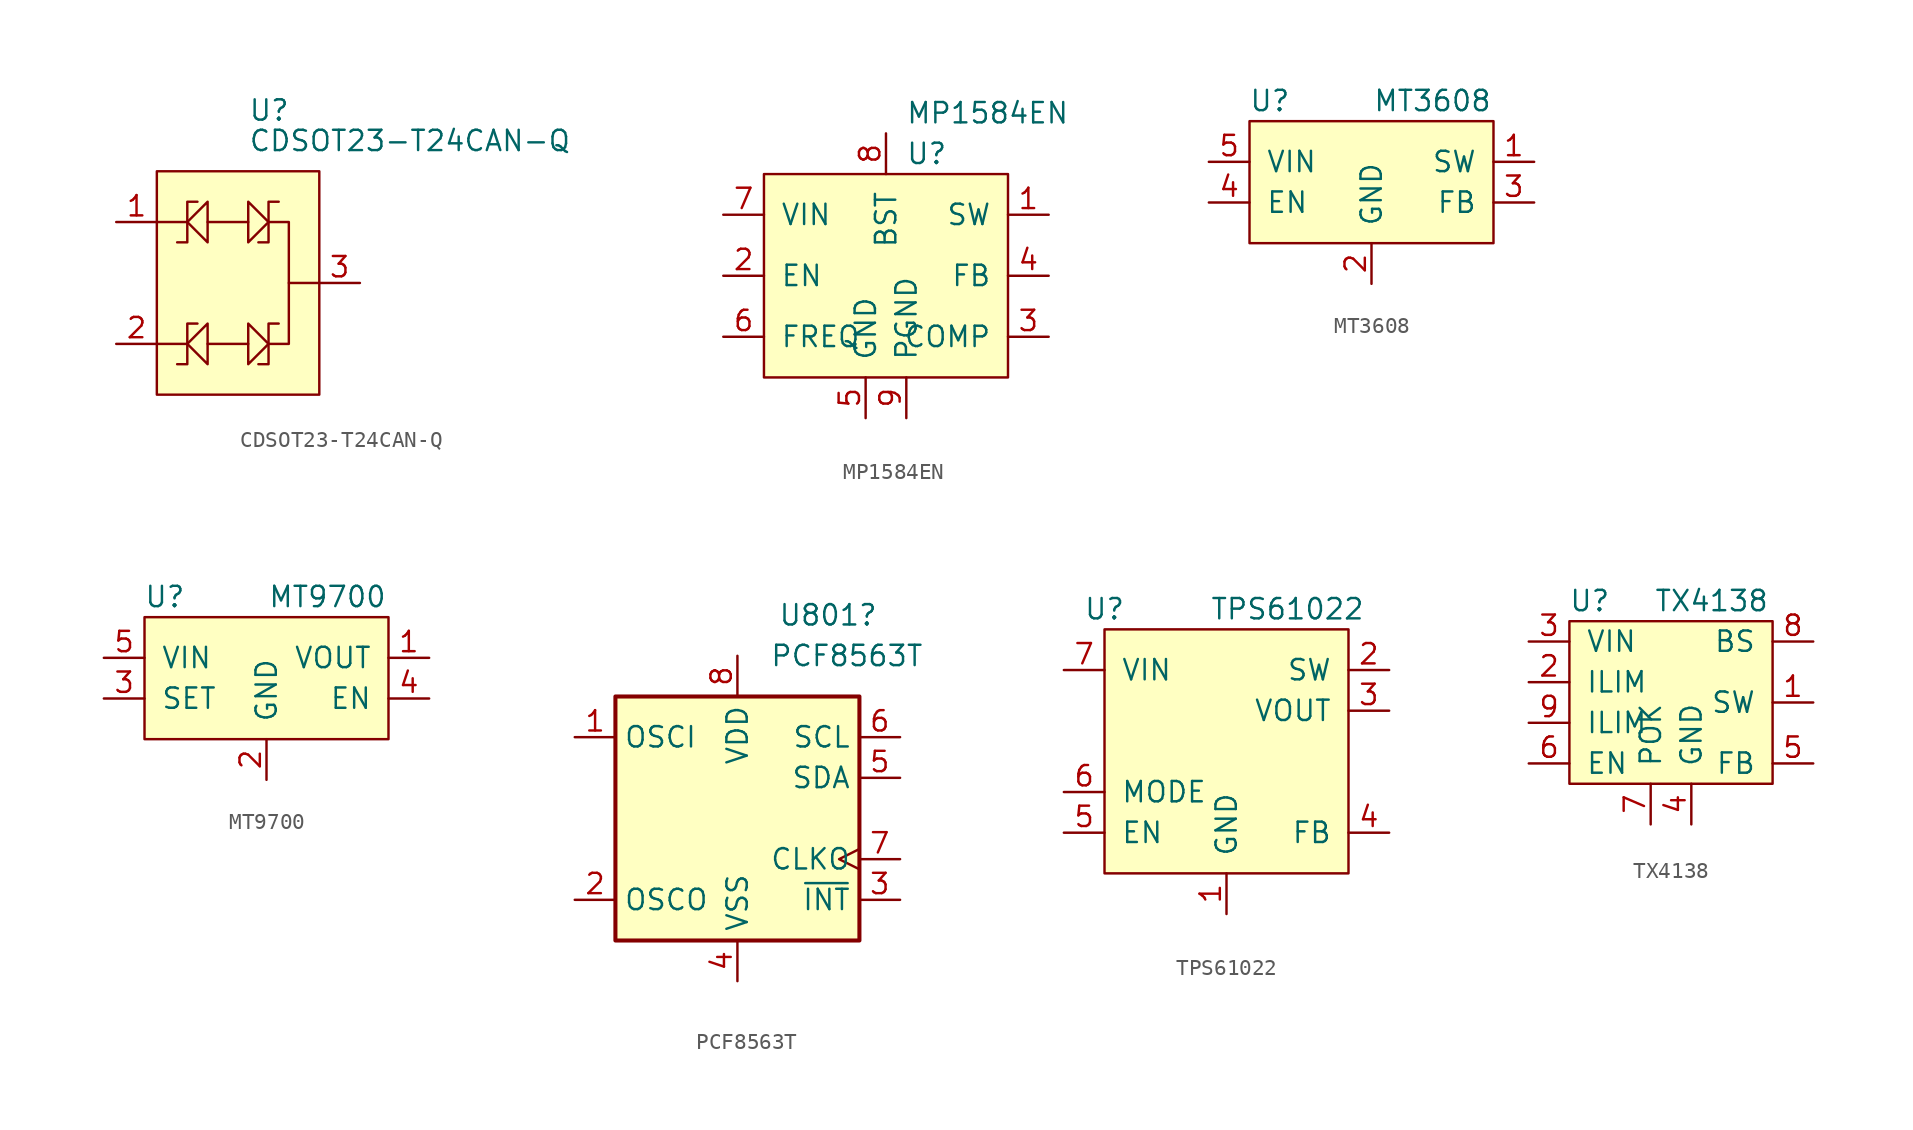
<source format=kicad_sym>
(kicad_symbol_lib
  (version 20211014)
  (generator kicad_symbol_editor)
  (symbol "CDSOT23-T24CAN-Q"
    (pin_names
      (offset 1.016))
    (property "Reference" "U"
      (at 0.635 10.795 0)
      (effects (font (size 1.27 1.27)) (justify left)))
    (property "Value" "CDSOT23-T24CAN-Q"
      (at 0.635 8.89 0)
      (effects (font (size 1.27 1.27)) (justify left)))
    (symbol "CDSOT23-T24CAN-Q_0_1"
      (rectangle (start -5.08 6.985) (end 5.08 -6.985) (stroke (width 0) (type default) (color 0 0 0 0)) (fill (type background)))
      (polyline (pts (xy -3.175 -3.81) (xy -5.08 -3.81)) (stroke (width 0) (type default) (color 0 0 0 0)) (fill (type none)))
      (polyline (pts (xy -3.175 3.81) (xy -5.08 3.81)) (stroke (width 0) (type default) (color 0 0 0 0)) (fill (type none)))
      (polyline (pts (xy -1.905 -3.81) (xy 0.635 -3.81)) (stroke (width 0) (type default) (color 0 0 0 0)) (fill (type none)))
      (polyline (pts (xy -1.905 3.81) (xy 0.635 3.81)) (stroke (width 0) (type default) (color 0 0 0 0)) (fill (type none)))
      (polyline (pts (xy 1.905 -3.81) (xy 3.175 -3.81) (xy 3.175 0)) (stroke (width 0) (type default) (color 0 0 0 0)) (fill (type none)))
      (polyline (pts (xy -2.54 -2.54) (xy -3.175 -2.54) (xy -3.175 -5.08) (xy -3.81 -5.08)) (stroke (width 0) (type default) (color 0 0 0 0)) (fill (type none)))
      (polyline (pts (xy -1.905 -2.54) (xy -3.175 -3.81) (xy -1.905 -5.08) (xy -1.905 -2.54)) (stroke (width 0) (type default) (color 0 0 0 0)) (fill (type none)))
      (polyline (pts (xy 1.905 3.81) (xy 3.175 3.81) (xy 3.175 0) (xy 5.08 0)) (stroke (width 0) (type default) (color 0 0 0 0)) (fill (type none))))
    (symbol "CDSOT23-T24CAN-Q_1_1"
      (polyline (pts (xy -2.54 5.08) (xy -3.175 5.08) (xy -3.175 2.54) (xy -3.81 2.54)) (stroke (width 0) (type default) (color 0 0 0 0)) (fill (type none)))
      (polyline (pts (xy -1.905 5.08) (xy -3.175 3.81) (xy -1.905 2.54) (xy -1.905 5.08)) (stroke (width 0) (type default) (color 0 0 0 0)) (fill (type none)))
      (polyline (pts (xy 0.635 -5.08) (xy 1.905 -3.81) (xy 0.635 -2.54) (xy 0.635 -5.08)) (stroke (width 0) (type default) (color 0 0 0 0)) (fill (type none)))
      (polyline (pts (xy 0.635 2.54) (xy 1.905 3.81) (xy 0.635 5.08) (xy 0.635 2.54)) (stroke (width 0) (type default) (color 0 0 0 0)) (fill (type none)))
      (polyline (pts (xy 1.27 -5.08) (xy 1.905 -5.08) (xy 1.905 -2.54) (xy 2.54 -2.54)) (stroke (width 0) (type default) (color 0 0 0 0)) (fill (type none)))
      (polyline (pts (xy 1.27 2.54) (xy 1.905 2.54) (xy 1.905 5.08) (xy 2.54 5.08)) (stroke (width 0) (type default) (color 0 0 0 0)) (fill (type none)))
      (pin input line (at -7.62 3.81 0) (length 2.54) (name "~" (effects (font (size 1.27 1.27)))) (number "1" (effects (font (size 1.27 1.27)))))
      (pin input line (at -7.62 -3.81 0) (length 2.54) (name "~" (effects (font (size 1.27 1.27)))) (number "2" (effects (font (size 1.27 1.27)))))
      (pin output line (at 7.62 0 180) (length 2.54) (name "~" (effects (font (size 1.27 1.27)))) (number "3" (effects (font (size 1.27 1.27)))))))
  (symbol "MP1584EN"
    (pin_names
      (offset 1.016))
    (property "Reference" "U"
      (at 2.54 7.62 0)
      (effects (font (size 1.27 1.27))))
    (property "Value" "MP1584EN"
      (at 6.35 10.16 0)
      (effects (font (size 1.27 1.27))))
    (symbol "MP1584EN_0_1"
      (rectangle (start -7.62 6.35) (end 7.62 -6.35) (stroke (width 0) (type default) (color 0 0 0 0)) (fill (type background))))
    (symbol "MP1584EN_1_1"
      (pin power_out line (at 10.16 3.81 180) (length 2.54) (name "SW" (effects (font (size 1.27 1.27)))) (number "1" (effects (font (size 1.27 1.27)))))
      (pin input line (at -10.16 0 0) (length 2.54) (name "EN" (effects (font (size 1.27 1.27)))) (number "2" (effects (font (size 1.27 1.27)))))
      (pin output line (at 10.16 -3.81 180) (length 2.54) (name "COMP" (effects (font (size 1.27 1.27)))) (number "3" (effects (font (size 1.27 1.27)))))
      (pin input line (at 10.16 0 180) (length 2.54) (name "FB" (effects (font (size 1.27 1.27)))) (number "4" (effects (font (size 1.27 1.27)))))
      (pin power_in line (at -1.27 -8.89 90) (length 2.54) (name "GND" (effects (font (size 1.27 1.27)))) (number "5" (effects (font (size 1.27 1.27)))))
      (pin input line (at -10.16 -3.81 0) (length 2.54) (name "FREQ" (effects (font (size 1.27 1.27)))) (number "6" (effects (font (size 1.27 1.27)))))
      (pin power_in line (at -10.16 3.81 0) (length 2.54) (name "VIN" (effects (font (size 1.27 1.27)))) (number "7" (effects (font (size 1.27 1.27)))))
      (pin input line (at 0 8.89 270) (length 2.54) (name "BST" (effects (font (size 1.27 1.27)))) (number "8" (effects (font (size 1.27 1.27)))))
      (pin power_in line (at 1.27 -8.89 90) (length 2.54) (name "PGND" (effects (font (size 1.27 1.27)))) (number "9" (effects (font (size 1.27 1.27)))))))
  (symbol "MT3608"
    (pin_names
      (offset 1.016))
    (property "Reference" "U"
      (at -6.35 5.08 0)
      (effects (font (size 1.27 1.27))))
    (property "Value" "MT3608"
      (at 3.81 5.08 0)
      (effects (font (size 1.27 1.27))))
    (symbol "MT3608_0_1"
      (rectangle (start 7.62 -3.81) (end -7.62 3.81) (stroke (width 0) (type default) (color 0 0 0 0)) (fill (type background))))
    (symbol "MT3608_1_1"
      (pin power_out line (at 10.16 1.27 180) (length 2.54) (name "SW" (effects (font (size 1.27 1.27)))) (number "1" (effects (font (size 1.27 1.27)))))
      (pin input line (at 0 -6.35 90) (length 2.54) (name "GND" (effects (font (size 1.27 1.27)))) (number "2" (effects (font (size 1.27 1.27)))))
      (pin input line (at 10.16 -1.27 180) (length 2.54) (name "FB" (effects (font (size 1.27 1.27)))) (number "3" (effects (font (size 1.27 1.27)))))
      (pin input line (at -10.16 -1.27 0) (length 2.54) (name "EN" (effects (font (size 1.27 1.27)))) (number "4" (effects (font (size 1.27 1.27)))))
      (pin power_in line (at -10.16 1.27 0) (length 2.54) (name "VIN" (effects (font (size 1.27 1.27)))) (number "5" (effects (font (size 1.27 1.27)))))))
  (symbol "MT9700"
    (pin_names
      (offset 1.016))
    (property "Reference" "U"
      (at -6.35 5.08 0)
      (effects (font (size 1.27 1.27))))
    (property "Value" "MT9700"
      (at 3.81 5.08 0)
      (effects (font (size 1.27 1.27))))
    (symbol "MT9700_0_1"
      (rectangle (start 7.62 -3.81) (end -7.62 3.81) (stroke (width 0) (type default) (color 0 0 0 0)) (fill (type background))))
    (symbol "MT9700_1_1"
      (pin power_out line (at 10.16 1.27 180) (length 2.54) (name "VOUT" (effects (font (size 1.27 1.27)))) (number "1" (effects (font (size 1.27 1.27)))))
      (pin input line (at 0 -6.35 90) (length 2.54) (name "GND" (effects (font (size 1.27 1.27)))) (number "2" (effects (font (size 1.27 1.27)))))
      (pin input line (at -10.16 -1.27 0) (length 2.54) (name "SET" (effects (font (size 1.27 1.27)))) (number "3" (effects (font (size 1.27 1.27)))))
      (pin input line (at 10.16 -1.27 180) (length 2.54) (name "EN" (effects (font (size 1.27 1.27)))) (number "4" (effects (font (size 1.27 1.27)))))
      (pin power_in line (at -10.16 1.27 0) (length 2.54) (name "VIN" (effects (font (size 1.27 1.27)))) (number "5" (effects (font (size 1.27 1.27)))))))
  (symbol "PCF8563T"
    (property "Reference" "U801"
      (at 2.54 12.7 0)
      (effects (font (size 1.27 1.27)) (justify left)))
    (property "Value" "PCF8563T"
      (at 2.019 10.16 0)
      (effects (font (size 1.27 1.27)) (justify left)))
    (symbol "PCF8563T_0_1"
      (rectangle (start -7.62 7.62) (end 7.62 -7.62) (stroke (width 0.254) (type default) (color 0 0 0 0)) (fill (type background))))
    (symbol "PCF8563T_1_1"
      (pin input line (at -10.16 5.08 0) (length 2.54) (name "OSCI" (effects (font (size 1.27 1.27)))) (number "1" (effects (font (size 1.27 1.27)))))
      (pin output line (at -10.16 -5.08 0) (length 2.54) (name "OSCO" (effects (font (size 1.27 1.27)))) (number "2" (effects (font (size 1.27 1.27)))))
      (pin output line (at 10.16 -5.08 180) (length 2.54) (name "~{INT}" (effects (font (size 1.27 1.27)))) (number "3" (effects (font (size 1.27 1.27)))))
      (pin power_in line (at 0 -10.16 90) (length 2.54) (name "VSS" (effects (font (size 1.27 1.27)))) (number "4" (effects (font (size 1.27 1.27)))))
      (pin bidirectional line (at 10.16 2.54 180) (length 2.54) (name "SDA" (effects (font (size 1.27 1.27)))) (number "5" (effects (font (size 1.27 1.27)))))
      (pin input line (at 10.16 5.08 180) (length 2.54) (name "SCL" (effects (font (size 1.27 1.27)))) (number "6" (effects (font (size 1.27 1.27)))))
      (pin output clock (at 10.16 -2.54 180) (length 2.54) (name "CLKO" (effects (font (size 1.27 1.27)))) (number "7" (effects (font (size 1.27 1.27)))))
      (pin power_in line (at 0 10.16 270) (length 2.54) (name "VDD" (effects (font (size 1.27 1.27)))) (number "8" (effects (font (size 1.27 1.27)))))))
  (symbol "TPS61022"
    (pin_names
      (offset 1.016))
    (property "Reference" "U"
      (at -7.62 8.89 0)
      (effects (font (size 1.27 1.27))))
    (property "Value" "TPS61022"
      (at 3.81 8.89 0)
      (effects (font (size 1.27 1.27))))
    (symbol "TPS61022_0_1"
      (rectangle (start -7.62 7.62) (end 7.62 -7.62) (stroke (width 0) (type default) (color 0 0 0 0)) (fill (type background))))
    (symbol "TPS61022_1_1"
      (pin power_in line (at 0 -10.16 90) (length 2.54) (name "GND" (effects (font (size 1.27 1.27)))) (number "1" (effects (font (size 1.27 1.27)))))
      (pin power_out line (at 10.16 5.08 180) (length 2.54) (name "SW" (effects (font (size 1.27 1.27)))) (number "2" (effects (font (size 1.27 1.27)))))
      (pin power_out line (at 10.16 2.54 180) (length 2.54) (name "VOUT" (effects (font (size 1.27 1.27)))) (number "3" (effects (font (size 1.27 1.27)))))
      (pin input line (at 10.16 -5.08 180) (length 2.54) (name "FB" (effects (font (size 1.27 1.27)))) (number "4" (effects (font (size 1.27 1.27)))))
      (pin input line (at -10.16 -5.08 0) (length 2.54) (name "EN" (effects (font (size 1.27 1.27)))) (number "5" (effects (font (size 1.27 1.27)))))
      (pin input line (at -10.16 -2.54 0) (length 2.54) (name "MODE" (effects (font (size 1.27 1.27)))) (number "6" (effects (font (size 1.27 1.27)))))
      (pin power_in line (at -10.16 5.08 0) (length 2.54) (name "VIN" (effects (font (size 1.27 1.27)))) (number "7" (effects (font (size 1.27 1.27)))))))
  (symbol "TX4138"
    (pin_names
      (offset 1.016))
    (property "Reference" "U"
      (at -5.08 6.35 0)
      (effects (font (size 1.27 1.27))))
    (property "Value" "TX4138"
      (at 2.54 6.35 0)
      (effects (font (size 1.27 1.27))))
    (symbol "TX4138_0_1"
      (rectangle (start 6.35 -5.08) (end -6.35 5.08) (stroke (width 0) (type default) (color 0 0 0 0)) (fill (type background))))
    (symbol "TX4138_1_1"
      (pin power_out line (at 8.89 0 180) (length 2.54) (name "SW" (effects (font (size 1.27 1.27)))) (number "1" (effects (font (size 1.27 1.27)))))
      (pin power_in line (at -8.89 1.27 0) (length 2.54) (name "ILIM" (effects (font (size 1.27 1.27)))) (number "2" (effects (font (size 1.27 1.27)))))
      (pin power_in line (at -8.89 3.81 0) (length 2.54) (name "VIN" (effects (font (size 1.27 1.27)))) (number "3" (effects (font (size 1.27 1.27)))))
      (pin power_in line (at 1.27 -7.62 90) (length 2.54) (name "GND" (effects (font (size 1.27 1.27)))) (number "4" (effects (font (size 1.27 1.27)))))
      (pin input line (at 8.89 -3.81 180) (length 2.54) (name "FB" (effects (font (size 1.27 1.27)))) (number "5" (effects (font (size 1.27 1.27)))))
      (pin input line (at -8.89 -3.81 0) (length 2.54) (name "EN" (effects (font (size 1.27 1.27)))) (number "6" (effects (font (size 1.27 1.27)))))
      (pin output line (at -1.27 -7.62 90) (length 2.54) (name "POK" (effects (font (size 1.27 1.27)))) (number "7" (effects (font (size 1.27 1.27)))))
      (pin input line (at 8.89 3.81 180) (length 2.54) (name "BS" (effects (font (size 1.27 1.27)))) (number "8" (effects (font (size 1.27 1.27)))))
      (pin power_in line (at -8.89 -1.27 0) (length 2.54) (name "ILIM" (effects (font (size 1.27 1.27)))) (number "9" (effects (font (size 1.27 1.27))))))))
</source>
